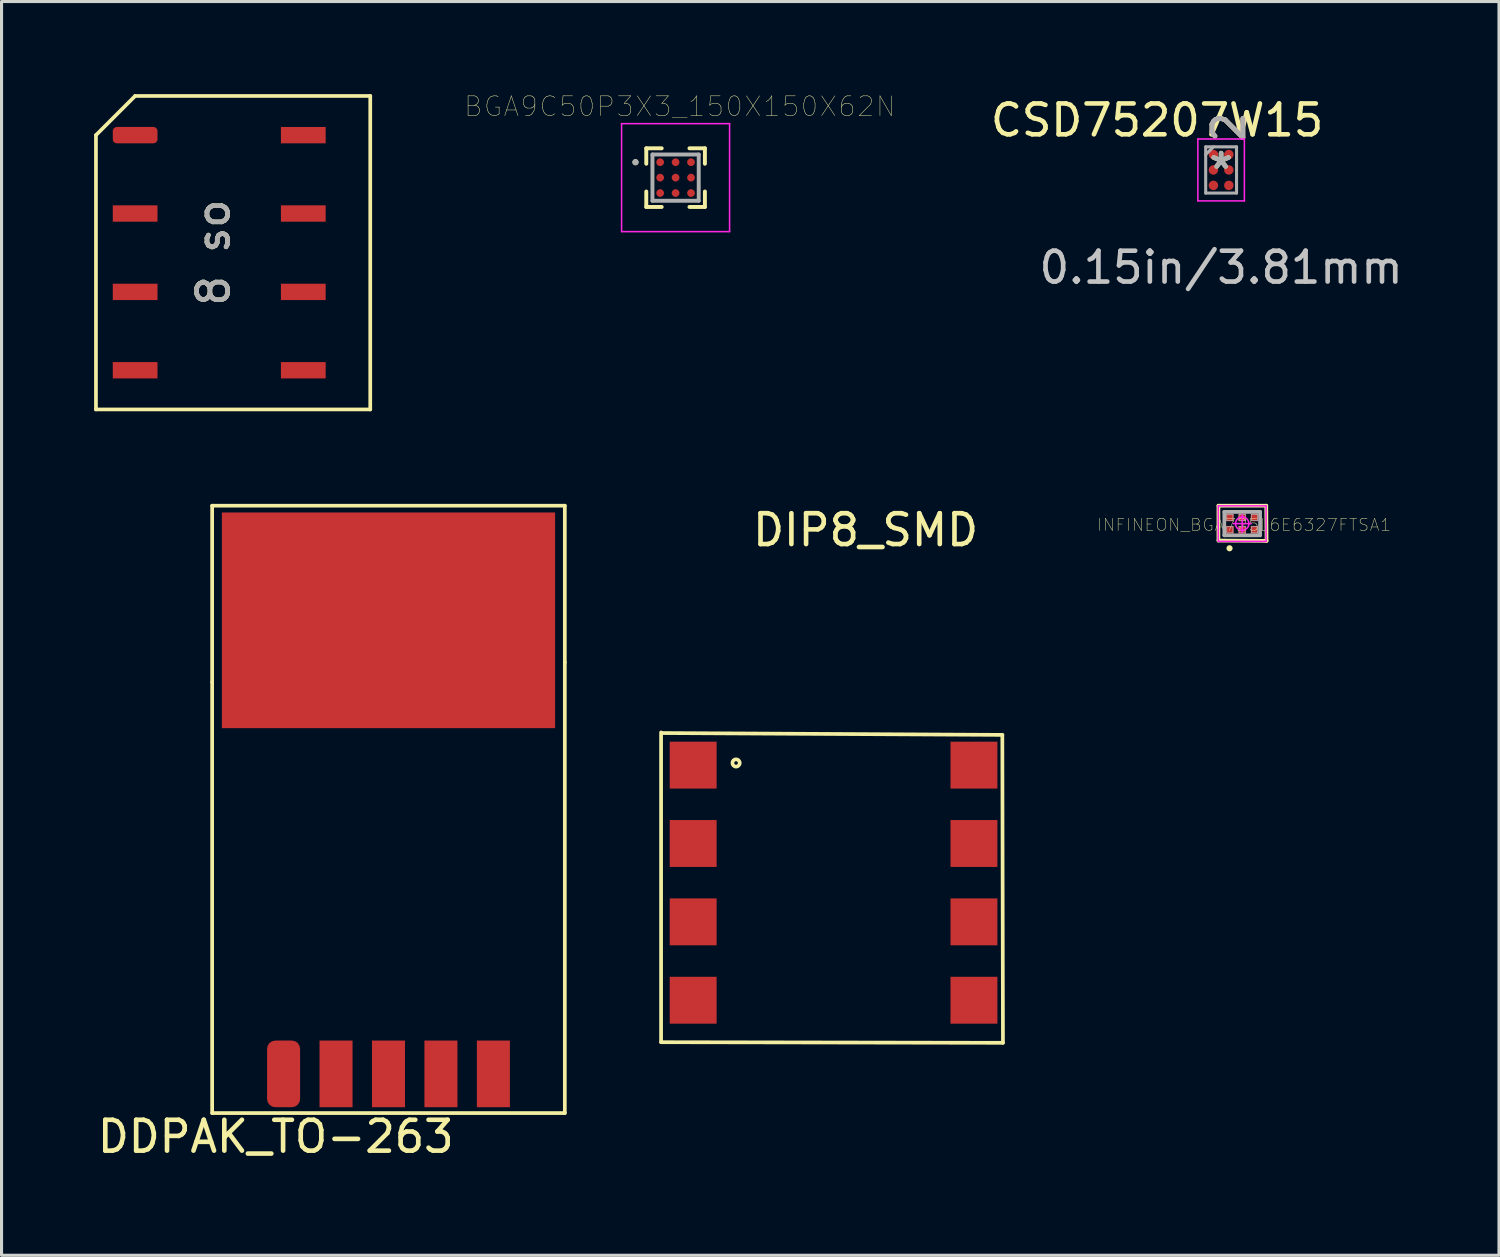
<source format=kicad_pcb>
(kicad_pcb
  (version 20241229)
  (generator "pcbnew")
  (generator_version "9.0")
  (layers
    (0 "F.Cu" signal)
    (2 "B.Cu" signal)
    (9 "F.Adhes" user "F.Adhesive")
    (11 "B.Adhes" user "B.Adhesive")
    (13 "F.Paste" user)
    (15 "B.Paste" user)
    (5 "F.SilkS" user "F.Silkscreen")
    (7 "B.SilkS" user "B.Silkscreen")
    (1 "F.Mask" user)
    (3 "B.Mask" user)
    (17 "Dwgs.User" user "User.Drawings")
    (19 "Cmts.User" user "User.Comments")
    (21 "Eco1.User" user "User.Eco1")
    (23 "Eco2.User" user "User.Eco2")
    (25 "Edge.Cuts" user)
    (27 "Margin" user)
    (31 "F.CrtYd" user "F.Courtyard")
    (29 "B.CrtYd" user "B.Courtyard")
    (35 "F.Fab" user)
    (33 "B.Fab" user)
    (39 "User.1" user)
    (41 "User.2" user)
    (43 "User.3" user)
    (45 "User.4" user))
  (footprint "INFINEON_BGA725L6E6327FTSA1"
    (layer "F.Cu")
    (at 37.21 13.92)
    (property "Reference" "INFINEON_BGA725L6E6327FTSA1" (at 0.06 0.04 0) (layer "F.SilkS") (effects (font (size 0.394 0.394) (thickness 0.015))))
    (fp_line (start -0.77 -0.58) (end 0.78 -0.58) (stroke (width 0.12) (type solid)) (layer "F.SilkS"))
    (fp_line (start -0.77 0.55) (end -0.77 -0.58) (stroke (width 0.12) (type solid)) (layer "F.SilkS"))
    (fp_line (start 0.78 -0.58) (end 0.79 0.56) (stroke (width 0.12) (type solid)) (layer "F.SilkS"))
    (fp_line (start 0.79 0.56) (end -0.77 0.55) (stroke (width 0.12) (type solid)) (layer "F.SilkS"))
    (fp_circle (center -0.41 0.8) (end -0.31 0.8) (stroke (width 0) (type solid)) (fill yes) (layer "F.SilkS"))
    (fp_line (start -0.775 -0.575) (end -0.775 0.575) (stroke (width 0.05) (type solid)) (layer "F.CrtYd"))
    (fp_line (start -0.775 0.575) (end 0.775 0.575) (stroke (width 0.05) (type solid)) (layer "F.CrtYd"))
    (fp_line (start -0.287 0) (end 0.287 0) (stroke (width 0.05) (type solid)) (layer "F.CrtYd"))
    (fp_line (start 0 -0.287) (end 0 0.287) (stroke (width 0.05) (type solid)) (layer "F.CrtYd"))
    (fp_line (start 0.775 -0.575) (end -0.775 -0.575) (stroke (width 0.05) (type solid)) (layer "F.CrtYd"))
    (fp_line (start 0.775 0.575) (end 0.775 -0.575) (stroke (width 0.05) (type solid)) (layer "F.CrtYd"))
    (fp_circle (center 0 0) (end 0.216 0) (stroke (width 0.05) (type solid)) (fill no) (layer "F.CrtYd"))
    (fp_line (start -0.58 -0.38) (end 0.58 -0.38) (stroke (width 0.12) (type solid)) (layer "F.Fab"))
    (fp_line (start -0.58 0.38) (end -0.58 -0.38) (stroke (width 0.12) (type solid)) (layer "F.Fab"))
    (fp_line (start -0.55 -0.35) (end 0.55 -0.35) (stroke (width 0.025) (type solid)) (layer "F.Fab"))
    (fp_line (start -0.55 0.35) (end -0.55 -0.35) (stroke (width 0.025) (type solid)) (layer "F.Fab"))
    (fp_line (start -0.5 -0.3) (end -0.3 -0.3) (stroke (width 0.025) (type solid)) (layer "F.Fab"))
    (fp_line (start -0.5 -0.1) (end -0.5 -0.3) (stroke (width 0.025) (type solid)) (layer "F.Fab"))
    (fp_line (start -0.5 0.1) (end -0.3 0.1) (stroke (width 0.025) (type solid)) (layer "F.Fab"))
    (fp_line (start -0.5 0.3) (end -0.5 0.1) (stroke (width 0.025) (type solid)) (layer "F.Fab"))
    (fp_line (start -0.3 -0.3) (end -0.3 -0.1) (stroke (width 0.025) (type solid)) (layer "F.Fab"))
    (fp_line (start -0.3 -0.1) (end -0.5 -0.1) (stroke (width 0.025) (type solid)) (layer "F.Fab"))
    (fp_line (start -0.3 0.1) (end -0.3 0.3) (stroke (width 0.025) (type solid)) (layer "F.Fab"))
    (fp_line (start -0.3 0.3) (end -0.5 0.3) (stroke (width 0.025) (type solid)) (layer "F.Fab"))
    (fp_line (start -0.1 -0.3) (end 0.1 -0.3) (stroke (width 0.025) (type solid)) (layer "F.Fab"))
    (fp_line (start -0.1 -0.1) (end -0.1 -0.3) (stroke (width 0.025) (type solid)) (layer "F.Fab"))
    (fp_line (start -0.1 0.1) (end 0.1 0.1) (stroke (width 0.025) (type solid)) (layer "F.Fab"))
    (fp_line (start -0.1 0.3) (end -0.1 0.1) (stroke (width 0.025) (type solid)) (layer "F.Fab"))
    (fp_line (start 0.1 -0.3) (end 0.1 -0.1) (stroke (width 0.025) (type solid)) (layer "F.Fab"))
    (fp_line (start 0.1 -0.1) (end -0.1 -0.1) (stroke (width 0.025) (type solid)) (layer "F.Fab"))
    (fp_line (start 0.1 0.1) (end 0.1 0.3) (stroke (width 0.025) (type solid)) (layer "F.Fab"))
    (fp_line (start 0.1 0.3) (end -0.1 0.3) (stroke (width 0.025) (type solid)) (layer "F.Fab"))
    (fp_line (start 0.3 -0.3) (end 0.5 -0.3) (stroke (width 0.025) (type solid)) (layer "F.Fab"))
    (fp_line (start 0.3 -0.1) (end 0.3 -0.3) (stroke (width 0.025) (type solid)) (layer "F.Fab"))
    (fp_line (start 0.3 0.1) (end 0.5 0.1) (stroke (width 0.025) (type solid)) (layer "F.Fab"))
    (fp_line (start 0.3 0.3) (end 0.3 0.1) (stroke (width 0.025) (type solid)) (layer "F.Fab"))
    (fp_line (start 0.5 -0.3) (end 0.5 -0.1) (stroke (width 0.025) (type solid)) (layer "F.Fab"))
    (fp_line (start 0.5 -0.1) (end 0.3 -0.1) (stroke (width 0.025) (type solid)) (layer "F.Fab"))
    (fp_line (start 0.5 0.1) (end 0.5 0.3) (stroke (width 0.025) (type solid)) (layer "F.Fab"))
    (fp_line (start 0.5 0.3) (end 0.3 0.3) (stroke (width 0.025) (type solid)) (layer "F.Fab"))
    (fp_line (start 0.55 -0.35) (end 0.55 0.35) (stroke (width 0.025) (type solid)) (layer "F.Fab"))
    (fp_line (start 0.55 0.35) (end -0.55 0.35) (stroke (width 0.025) (type solid)) (layer "F.Fab"))
    (fp_line (start 0.58 -0.38) (end 0.58 0.38) (stroke (width 0.12) (type solid)) (layer "F.Fab"))
    (fp_line (start 0.58 0.38) (end -0.58 0.38) (stroke (width 0.12) (type solid)) (layer "F.Fab"))
    (pad "1" smd rect (at -0.4 0.2) (size 0.25 0.25) (layers "F.Cu" "F.Mask" "F.Paste"))
    (pad "2" smd rect (at 0 0.2) (size 0.25 0.25) (layers "F.Cu" "F.Mask" "F.Paste"))
    (pad "3" smd rect (at 0.4 0.2) (size 0.25 0.25) (layers "F.Cu" "F.Mask" "F.Paste"))
    (pad "4" smd rect (at 0.4 -0.2) (size 0.25 0.25) (layers "F.Cu" "F.Mask" "F.Paste"))
    (pad "5" smd rect (at 0 -0.2) (size 0.25 0.25) (layers "F.Cu" "F.Mask" "F.Paste"))
    (pad "6" smd rect (at -0.4 -0.2) (size 0.25 0.25) (layers "F.Cu" "F.Mask" "F.Paste")))
  (footprint "8 so"
    (layer "F.Cu")
    (at 1.33 1.33)
    (property "Reference" "8 so" (at 2.54 3.81 90) (unlocked yes) (layer "F.SilkS") (effects (font (size 1 1) (thickness 0.15))))
    (attr smd)
    (fp_line (start -1.27 0) (end 0 -1.27) (stroke (width 0.12) (type default)) (layer "F.SilkS"))
    (fp_line (start -1.27 8.89) (end -1.27 0) (stroke (width 0.12) (type default)) (layer "F.SilkS"))
    (fp_line (start 0 -1.27) (end 7.62 -1.27) (stroke (width 0.12) (type default)) (layer "F.SilkS"))
    (fp_line (start 7.62 -1.27) (end 7.62 8.89) (stroke (width 0.12) (type default)) (layer "F.SilkS"))
    (fp_line (start 7.62 8.89) (end -1.27 8.89) (stroke (width 0.12) (type default)) (layer "F.SilkS"))
    (fp_text user "${REFERENCE}" (at 2.54 3.81 90) (unlocked yes) (layer "F.Fab") (effects (font (size 1 1) (thickness 0.15))))
    (pad "1" smd roundrect (at 0 0) (size 1.45 0.53) (layers "*.Paste" "F.Cu" "F.Mask") (roundrect_rratio 0.25))
    (pad "2" smd rect (at 0 2.54) (size 1.45 0.53) (layers "F.Cu" "F.Mask" "F.Paste"))
    (pad "3" smd rect (at 0 5.08) (size 1.45 0.53) (layers "F.Cu" "F.Mask" "F.Paste"))
    (pad "4" smd rect (at 0 7.62) (size 1.45 0.53) (layers "F.Cu" "F.Mask" "F.Paste"))
    (pad "5" smd rect (at 5.45 7.62) (size 1.45 0.53) (layers "F.Cu" "F.Mask" "F.Paste"))
    (pad "6" smd rect (at 5.45 5.08) (size 1.45 0.53) (layers "F.Cu" "F.Paste"))
    (pad "7" smd rect (at 5.45 2.54) (size 1.45 0.53) (layers "F.Cu" "F.Mask" "F.Paste"))
    (pad "8" smd rect (at 5.45 0) (size 1.45 0.53) (layers "F.Cu" "F.Mask" "F.Paste")))
  (footprint "BGA9C50P3X3_150X150X62N"
    (layer "F.Cu")
    (at 18.846 2.707)
    (property "Reference" "BGA9C50P3X3_150X150X62N" (at 0.132 -2.306 0) (layer "F.SilkS") (effects (font (size 0.64 0.64) (thickness 0.015))))
    (attr through_hole)
    (fp_circle (center -0.5 -0.5) (end -0.414 -0.5) (stroke (width 0.172) (type solid)) (fill no) (layer "F.Mask"))
    (fp_circle (center -0.5 0) (end -0.414 0) (stroke (width 0.172) (type solid)) (fill no) (layer "F.Mask"))
    (fp_circle (center -0.5 0.5) (end -0.414 0.5) (stroke (width 0.172) (type solid)) (fill no) (layer "F.Mask"))
    (fp_circle (center 0 -0.5) (end 0.086 -0.5) (stroke (width 0.172) (type solid)) (fill no) (layer "F.Mask"))
    (fp_circle (center 0 0) (end 0.086 0) (stroke (width 0.172) (type solid)) (fill no) (layer "F.Mask"))
    (fp_circle (center 0 0.5) (end 0.086 0.5) (stroke (width 0.172) (type solid)) (fill no) (layer "F.Mask"))
    (fp_circle (center 0.5 -0.5) (end 0.586 -0.5) (stroke (width 0.172) (type solid)) (fill no) (layer "F.Mask"))
    (fp_circle (center 0.5 0) (end 0.586 0) (stroke (width 0.172) (type solid)) (fill no) (layer "F.Mask"))
    (fp_circle (center 0.5 0.5) (end 0.586 0.5) (stroke (width 0.172) (type solid)) (fill no) (layer "F.Mask"))
    (fp_line (start -0.95 -0.95) (end -0.45 -0.95) (stroke (width 0.127) (type solid)) (layer "F.SilkS"))
    (fp_line (start -0.95 -0.45) (end -0.95 -0.95) (stroke (width 0.127) (type solid)) (layer "F.SilkS"))
    (fp_line (start -0.95 0.95) (end -0.95 0.45) (stroke (width 0.127) (type solid)) (layer "F.SilkS"))
    (fp_line (start -0.45 0.95) (end -0.95 0.95) (stroke (width 0.127) (type solid)) (layer "F.SilkS"))
    (fp_line (start 0.45 -0.95) (end 0.95 -0.95) (stroke (width 0.127) (type solid)) (layer "F.SilkS"))
    (fp_line (start 0.95 -0.95) (end 0.95 -0.45) (stroke (width 0.127) (type solid)) (layer "F.SilkS"))
    (fp_line (start 0.95 0.45) (end 0.95 0.95) (stroke (width 0.127) (type solid)) (layer "F.SilkS"))
    (fp_line (start 0.95 0.95) (end 0.45 0.95) (stroke (width 0.127) (type solid)) (layer "F.SilkS"))
    (fp_circle (center -1.3 -0.5) (end -1.25 -0.5) (stroke (width 0.1) (type solid)) (fill no) (layer "F.SilkS"))
    (fp_line (start -1.75 -1.75) (end -1.75 1.75) (stroke (width 0.05) (type solid)) (layer "F.CrtYd"))
    (fp_line (start -1.75 1.75) (end 1.75 1.75) (stroke (width 0.05) (type solid)) (layer "F.CrtYd"))
    (fp_line (start 1.75 -1.75) (end -1.75 -1.75) (stroke (width 0.05) (type solid)) (layer "F.CrtYd"))
    (fp_line (start 1.75 1.75) (end 1.75 -1.75) (stroke (width 0.05) (type solid)) (layer "F.CrtYd"))
    (fp_line (start -0.75 -0.75) (end 0.75 -0.75) (stroke (width 0.127) (type solid)) (layer "F.Fab"))
    (fp_line (start -0.75 0.75) (end -0.75 -0.75) (stroke (width 0.127) (type solid)) (layer "F.Fab"))
    (fp_line (start 0.75 -0.75) (end 0.75 0.75) (stroke (width 0.127) (type solid)) (layer "F.Fab"))
    (fp_line (start 0.75 0.75) (end -0.75 0.75) (stroke (width 0.127) (type solid)) (layer "F.Fab"))
    (fp_circle (center -1.3 -0.5) (end -1.25 -0.5) (stroke (width 0.1) (type solid)) (fill no) (layer "F.Fab"))
    (pad "A1" smd circle (at -0.5 -0.5) (size 0.25 0.25) (layers "F.Cu" "F.Paste"))
    (pad "A2" smd circle (at 0 -0.5) (size 0.25 0.25) (layers "F.Cu" "F.Paste"))
    (pad "A3" smd circle (at 0.5 -0.5) (size 0.25 0.25) (layers "F.Cu" "F.Paste"))
    (pad "B1" smd circle (at -0.5 0) (size 0.25 0.25) (layers "F.Cu" "F.Paste"))
    (pad "B2" smd circle (at 0 0) (size 0.25 0.25) (layers "F.Cu" "F.Paste"))
    (pad "B3" smd circle (at 0.5 0) (size 0.25 0.25) (layers "F.Cu" "F.Paste"))
    (pad "C1" smd circle (at -0.5 0.5) (size 0.25 0.25) (layers "F.Cu" "F.Paste"))
    (pad "C2" smd circle (at 0 0.5) (size 0.25 0.25) (layers "F.Cu" "F.Paste"))
    (pad "C3" smd circle (at 0.5 0.5) (size 0.25 0.25) (layers "F.Cu" "F.Paste")))
  (footprint "DIP8_SMD"
    (layer "F.Cu")
    (at 19.416 21.748)
    (property "Reference" "DIP8_SMD" (at 5.588 -7.62 0) (layer "F.SilkS") (effects (font (size 1 1) (thickness 0.15))))
    (attr through_hole)
    (fp_line (start -1.04 8.98) (end -1.04 -1.06) (stroke (width 0.12) (type solid)) (layer "F.SilkS"))
    (fp_line (start -1 -1.04) (end 10.02 -0.98) (stroke (width 0.12) (type solid)) (layer "F.SilkS"))
    (fp_line (start 10.02 -0.98) (end 10.04 9) (stroke (width 0.12) (type solid)) (layer "F.SilkS"))
    (fp_line (start 10.04 9) (end -1.04 8.98) (stroke (width 0.12) (type solid)) (layer "F.SilkS"))
    (fp_circle (center 1.39 -0.07) (end 1.34 -0.04) (stroke (width 0.12) (type solid)) (fill no) (layer "F.SilkS"))
    (pad "1" smd rect (at 0 0) (size 1.52 1.52) (layers "F.Cu" "F.Mask" "F.Paste"))
    (pad "2" smd rect (at 0 2.54) (size 1.52 1.52) (layers "F.Cu" "F.Mask" "F.Paste"))
    (pad "3" smd rect (at 0 5.08) (size 1.52 1.52) (layers "F.Cu" "F.Mask" "F.Paste"))
    (pad "4" smd rect (at 0 7.62) (size 1.52 1.52) (layers "F.Cu" "F.Mask" "F.Paste"))
    (pad "5" smd rect (at 9.1 7.62) (size 1.52 1.52) (layers "F.Cu" "F.Mask" "F.Paste"))
    (pad "6" smd rect (at 9.1 5.08) (size 1.52 1.52) (layers "F.Cu" "F.Mask" "F.Paste"))
    (pad "7" smd rect (at 9.1 2.54) (size 1.52 1.52) (layers "F.Cu" "F.Mask" "F.Paste"))
    (pad "8" smd rect (at 9.1 0) (size 1.52 1.52) (layers "F.Cu" "F.Mask" "F.Paste")))
  (footprint "CSD75207W15"
    (layer "F.Cu")
    (at 36.527 2.458)
    (property "Reference" "CSD75207W15" (at -2.075 -1.61 0) (layer "F.SilkS") (effects (font (size 1 1) (thickness 0.15))))
    (attr through_hole)
    (fp_line (start -0.754 -1.003) (end 0.754 -1.003) (stroke (width 0.05) (type solid)) (layer "F.CrtYd"))
    (fp_line (start -0.754 1.003) (end -0.754 -1.003) (stroke (width 0.05) (type solid)) (layer "F.CrtYd"))
    (fp_line (start 0.754 -1.003) (end 0.754 1.003) (stroke (width 0.05) (type solid)) (layer "F.CrtYd"))
    (fp_line (start 0.754 1.003) (end -0.754 1.003) (stroke (width 0.05) (type solid)) (layer "F.CrtYd"))
    (fp_line (start -0.5 -0.749) (end -0.5 0.749) (stroke (width 0.1) (type solid)) (layer "F.Fab"))
    (fp_line (start -0.5 0.749) (end 0.5 0.749) (stroke (width 0.1) (type solid)) (layer "F.Fab"))
    (fp_line (start -0.25 -0.749) (end -0.5 -0.499) (stroke (width 0.1) (type solid)) (layer "F.Fab"))
    (fp_line (start 0.5 -0.749) (end -0.5 -0.749) (stroke (width 0.1) (type solid)) (layer "F.Fab"))
    (fp_line (start 0.5 0.749) (end 0.5 -0.749) (stroke (width 0.1) (type solid)) (layer "F.Fab"))
    (fp_text user "2" (at 0.25 -1.384 90) (layer "F.SilkS") (effects (font (size 1 1) (thickness 0.15))))
    (fp_text user "*" (at 0 0 0) (layer "F.SilkS") (effects (font (size 1 1) (thickness 0.15))))
    (fp_text user "2" (at 0.25 -1.384 90) (layer "B.SilkS") (effects (font (size 1 1) (thickness 0.15))))
    (fp_text user "0.15in/3.81mm" (at 0 3.162 0) (layer "Dwgs.User") (effects (font (size 1 1) (thickness 0.15))))
    (fp_text user "2" (at 0.25 -1.384 90) (layer "F.Fab") (effects (font (size 1 1) (thickness 0.15))))
    (fp_text user "*" (at 0 0 0) (layer "F.Fab") (effects (font (size 1 1) (thickness 0.15))))
    (pad "A1" smd circle (at -0.25 -0.5) (size 0.305 0.305) (layers "F.Cu" "F.Mask" "F.Paste"))
    (pad "A2" smd circle (at 0.25 -0.5) (size 0.305 0.305) (layers "F.Cu" "F.Mask" "F.Paste"))
    (pad "B1" smd circle (at -0.25 0) (size 0.305 0.305) (layers "F.Cu" "F.Mask" "F.Paste"))
    (pad "B2" smd circle (at 0.25 0) (size 0.305 0.305) (layers "F.Cu" "F.Mask" "F.Paste"))
    (pad "C1" smd circle (at -0.25 0.5) (size 0.305 0.305) (layers "F.Cu" "F.Mask" "F.Paste"))
    (pad "C2" smd circle (at 0.25 0.5) (size 0.305 0.305) (layers "F.Cu" "F.Mask" "F.Paste")))
  (footprint "DDPAK_TO-263"
    (layer "F.Cu")
    (at 6.141 31.755)
    (property "Reference" "DDPAK_TO-263" (at -0.254 2.032 0) (layer "F.SilkS") (effects (font (size 1 1) (thickness 0.15))))
    (attr through_hole)
    (fp_line (start -2.315 -18.415) (end 9.115 -18.415) (stroke (width 0.12) (type solid)) (layer "F.SilkS"))
    (fp_line (start -2.315 -12.7) (end -2.315 -18.415) (stroke (width 0.12) (type solid)) (layer "F.SilkS"))
    (fp_line (start -2.315 -12.7) (end -2.315 1.27) (stroke (width 0.12) (type solid)) (layer "F.SilkS"))
    (fp_line (start 9.115 -18.415) (end 9.115 -13.335) (stroke (width 0.12) (type solid)) (layer "F.SilkS"))
    (fp_line (start 9.115 -13.335) (end 9.115 1.27) (stroke (width 0.12) (type solid)) (layer "F.SilkS"))
    (fp_line (start 9.115 1.27) (end -2.315 1.27) (stroke (width 0.12) (type solid)) (layer "F.SilkS"))
    (pad "1" smd roundrect (at 0 0) (size 1.07 2.16) (layers "F.Cu" "F.Mask" "F.Paste") (roundrect_rratio 0.25))
    (pad "2" smd rect (at 1.7 0) (size 1.07 2.16) (layers "F.Cu" "F.Mask" "F.Paste"))
    (pad "3" smd rect (at 3.4 -14.7) (size 10.8 6.99) (layers "F.Cu" "F.Mask" "F.Paste"))
    (pad "3" smd rect (at 3.4 0) (size 1.07 2.16) (layers "F.Cu" "F.Mask" "F.Paste"))
    (pad "4" smd rect (at 5.1 0) (size 1.07 2.16) (layers "F.Cu" "F.Mask" "F.Paste"))
    (pad "5" smd rect (at 6.8 0) (size 1.07 2.16) (layers "F.Cu" "F.Mask" "F.Paste")))
  (gr_rect
    (start -3 -3)
    (end 45.533 37.635)
    (stroke (width 0.1) (type default))
    (fill no)
    (layer "Edge.Cuts")))
</source>
